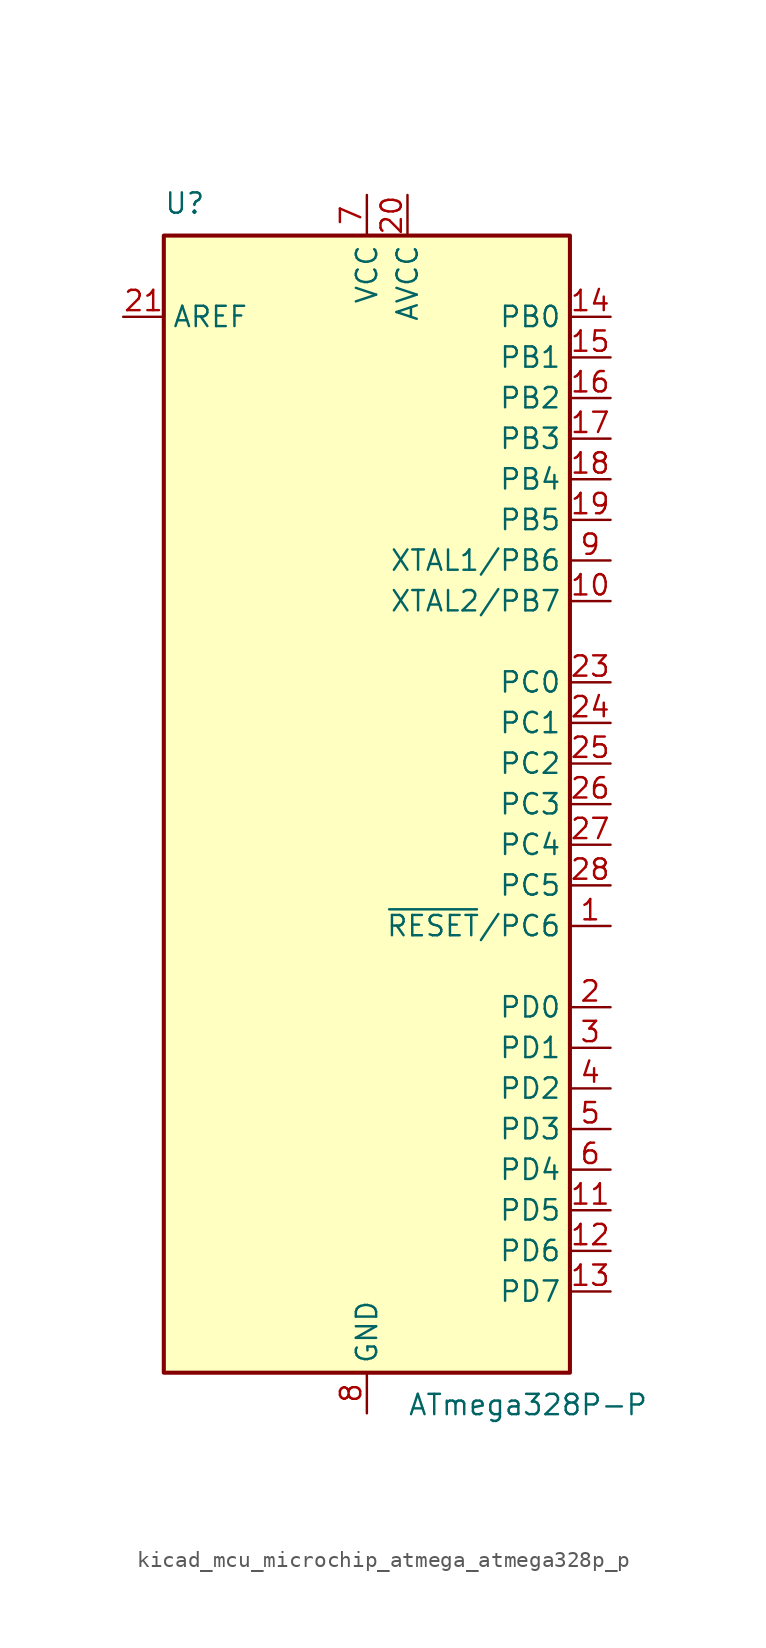
<source format=kicad_sym>
(kicad_symbol_lib
  (version 20220914)
  (generator kicad_symbol_editor)
  (symbol "kicad_mcu_microchip_atmega_atmega328p_p"
    (property "Reference" "U"
      (at -12.7 36.83 0)
      (effects (font (size 1.27 1.27)) (justify left bottom)))
    (property "Value" "ATmega328P-P"
      (at 2.54 -36.83 0)
      (effects (font (size 1.27 1.27)) (justify left top)))
    (symbol "kicad_mcu_microchip_atmega_atmega328p_p_0_1"
      (rectangle (start -12.7 -35.56) (end 12.7 35.56) (stroke (width 0.254) (type default)) (fill (type background))))
    (symbol "kicad_mcu_microchip_atmega_atmega328p_p_1_1"
      (pin bidirectional line (at 15.24 -7.62 180) (length 2.54) (name "~{RESET}/PC6" (effects (font (size 1.27 1.27)))) (number "1" (effects (font (size 1.27 1.27)))))
      (pin bidirectional line (at 15.24 12.7 180) (length 2.54) (name "XTAL2/PB7" (effects (font (size 1.27 1.27)))) (number "10" (effects (font (size 1.27 1.27)))))
      (pin bidirectional line (at 15.24 -25.4 180) (length 2.54) (name "PD5" (effects (font (size 1.27 1.27)))) (number "11" (effects (font (size 1.27 1.27)))))
      (pin bidirectional line (at 15.24 -27.94 180) (length 2.54) (name "PD6" (effects (font (size 1.27 1.27)))) (number "12" (effects (font (size 1.27 1.27)))))
      (pin bidirectional line (at 15.24 -30.48 180) (length 2.54) (name "PD7" (effects (font (size 1.27 1.27)))) (number "13" (effects (font (size 1.27 1.27)))))
      (pin bidirectional line (at 15.24 30.48 180) (length 2.54) (name "PB0" (effects (font (size 1.27 1.27)))) (number "14" (effects (font (size 1.27 1.27)))))
      (pin bidirectional line (at 15.24 27.94 180) (length 2.54) (name "PB1" (effects (font (size 1.27 1.27)))) (number "15" (effects (font (size 1.27 1.27)))))
      (pin bidirectional line (at 15.24 25.4 180) (length 2.54) (name "PB2" (effects (font (size 1.27 1.27)))) (number "16" (effects (font (size 1.27 1.27)))))
      (pin bidirectional line (at 15.24 22.86 180) (length 2.54) (name "PB3" (effects (font (size 1.27 1.27)))) (number "17" (effects (font (size 1.27 1.27)))))
      (pin bidirectional line (at 15.24 20.32 180) (length 2.54) (name "PB4" (effects (font (size 1.27 1.27)))) (number "18" (effects (font (size 1.27 1.27)))))
      (pin bidirectional line (at 15.24 17.78 180) (length 2.54) (name "PB5" (effects (font (size 1.27 1.27)))) (number "19" (effects (font (size 1.27 1.27)))))
      (pin bidirectional line (at 15.24 -12.7 180) (length 2.54) (name "PD0" (effects (font (size 1.27 1.27)))) (number "2" (effects (font (size 1.27 1.27)))))
      (pin power_in line (at 2.54 38.1 270) (length 2.54) (name "AVCC" (effects (font (size 1.27 1.27)))) (number "20" (effects (font (size 1.27 1.27)))))
      (pin passive line (at -15.24 30.48 0) (length 2.54) (name "AREF" (effects (font (size 1.27 1.27)))) (number "21" (effects (font (size 1.27 1.27)))))
      (pin passive line (at 0 -38.1 90) (length 2.54) hide (name "GND" (effects (font (size 1.27 1.27)))) (number "22" (effects (font (size 1.27 1.27)))))
      (pin bidirectional line (at 15.24 7.62 180) (length 2.54) (name "PC0" (effects (font (size 1.27 1.27)))) (number "23" (effects (font (size 1.27 1.27)))))
      (pin bidirectional line (at 15.24 5.08 180) (length 2.54) (name "PC1" (effects (font (size 1.27 1.27)))) (number "24" (effects (font (size 1.27 1.27)))))
      (pin bidirectional line (at 15.24 2.54 180) (length 2.54) (name "PC2" (effects (font (size 1.27 1.27)))) (number "25" (effects (font (size 1.27 1.27)))))
      (pin bidirectional line (at 15.24 0 180) (length 2.54) (name "PC3" (effects (font (size 1.27 1.27)))) (number "26" (effects (font (size 1.27 1.27)))))
      (pin bidirectional line (at 15.24 -2.54 180) (length 2.54) (name "PC4" (effects (font (size 1.27 1.27)))) (number "27" (effects (font (size 1.27 1.27)))))
      (pin bidirectional line (at 15.24 -5.08 180) (length 2.54) (name "PC5" (effects (font (size 1.27 1.27)))) (number "28" (effects (font (size 1.27 1.27)))))
      (pin bidirectional line (at 15.24 -15.24 180) (length 2.54) (name "PD1" (effects (font (size 1.27 1.27)))) (number "3" (effects (font (size 1.27 1.27)))))
      (pin bidirectional line (at 15.24 -17.78 180) (length 2.54) (name "PD2" (effects (font (size 1.27 1.27)))) (number "4" (effects (font (size 1.27 1.27)))))
      (pin bidirectional line (at 15.24 -20.32 180) (length 2.54) (name "PD3" (effects (font (size 1.27 1.27)))) (number "5" (effects (font (size 1.27 1.27)))))
      (pin bidirectional line (at 15.24 -22.86 180) (length 2.54) (name "PD4" (effects (font (size 1.27 1.27)))) (number "6" (effects (font (size 1.27 1.27)))))
      (pin power_in line (at 0 38.1 270) (length 2.54) (name "VCC" (effects (font (size 1.27 1.27)))) (number "7" (effects (font (size 1.27 1.27)))))
      (pin power_in line (at 0 -38.1 90) (length 2.54) (name "GND" (effects (font (size 1.27 1.27)))) (number "8" (effects (font (size 1.27 1.27)))))
      (pin bidirectional line (at 15.24 15.24 180) (length 2.54) (name "XTAL1/PB6" (effects (font (size 1.27 1.27)))) (number "9" (effects (font (size 1.27 1.27))))))))
</source>
